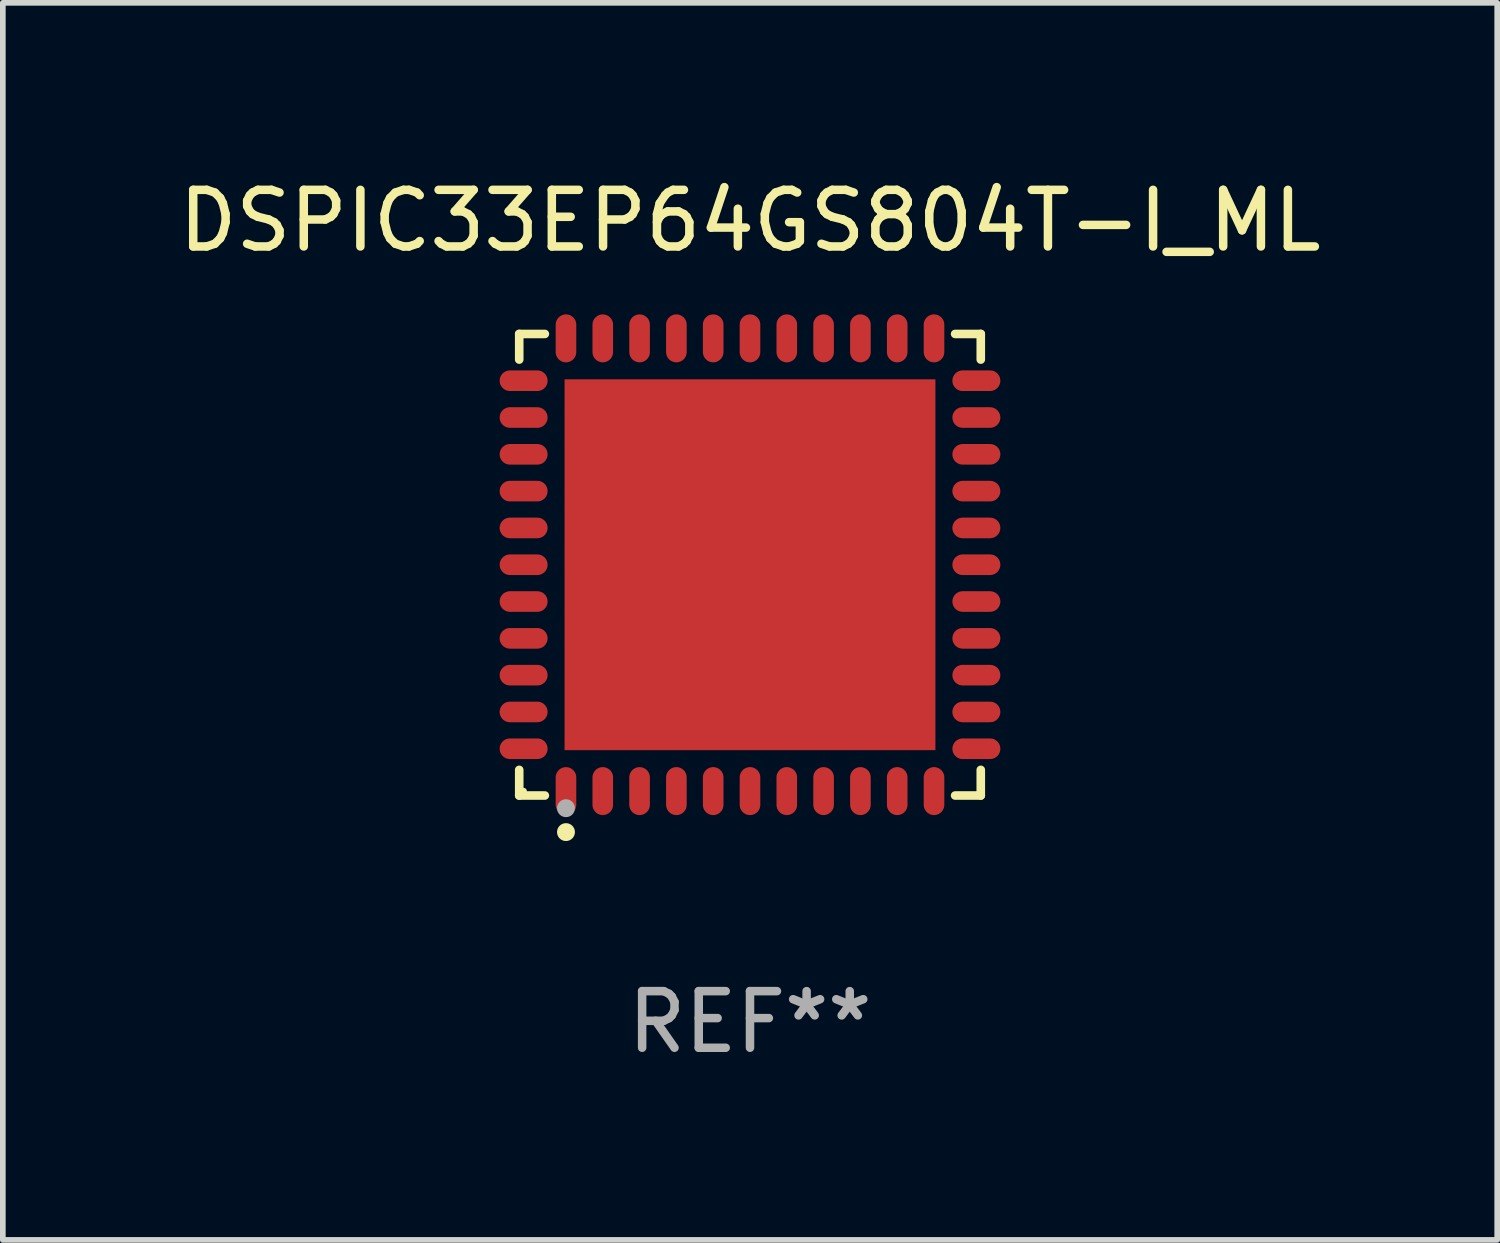
<source format=kicad_pcb>
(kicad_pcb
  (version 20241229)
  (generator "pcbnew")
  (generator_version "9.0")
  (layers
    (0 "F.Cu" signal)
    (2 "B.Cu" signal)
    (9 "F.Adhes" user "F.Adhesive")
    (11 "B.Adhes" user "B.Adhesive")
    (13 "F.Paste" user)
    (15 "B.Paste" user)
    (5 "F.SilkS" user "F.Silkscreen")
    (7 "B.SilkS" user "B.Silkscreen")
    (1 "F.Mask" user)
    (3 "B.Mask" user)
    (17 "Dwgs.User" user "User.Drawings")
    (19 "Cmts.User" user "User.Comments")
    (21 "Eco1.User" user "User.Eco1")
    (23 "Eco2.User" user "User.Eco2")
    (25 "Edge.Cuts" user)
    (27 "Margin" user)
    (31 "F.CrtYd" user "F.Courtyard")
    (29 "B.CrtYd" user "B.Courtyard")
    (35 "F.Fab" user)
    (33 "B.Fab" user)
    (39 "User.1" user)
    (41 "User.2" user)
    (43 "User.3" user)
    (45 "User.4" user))
  (footprint "DSPIC33EP64GS804T-I_ML"
    (layer "F.Cu")
    (at 10.196 6.924)
    (property "Reference" "DSPIC33EP64GS804T-I_ML" (at 0 -6.076 0) (layer "F.SilkS") (effects (font (size 1 1) (thickness 0.15))))
    (attr through_hole)
    (fp_line (start -4.076 -4.076) (end -3.623 -4.076) (stroke (width 0.152) (type solid)) (layer "F.SilkS"))
    (fp_line (start -4.076 -3.623) (end -4.076 -4.076) (stroke (width 0.152) (type solid)) (layer "F.SilkS"))
    (fp_line (start -4.076 3.623) (end -4.076 4.076) (stroke (width 0.152) (type solid)) (layer "F.SilkS"))
    (fp_line (start -4.076 4.076) (end -3.623 4.076) (stroke (width 0.152) (type solid)) (layer "F.SilkS"))
    (fp_line (start 4.076 -4.076) (end 3.623 -4.076) (stroke (width 0.152) (type solid)) (layer "F.SilkS"))
    (fp_line (start 4.076 -3.623) (end 4.076 -4.076) (stroke (width 0.152) (type solid)) (layer "F.SilkS"))
    (fp_line (start 4.076 3.623) (end 4.076 4.076) (stroke (width 0.152) (type solid)) (layer "F.SilkS"))
    (fp_line (start 4.076 4.076) (end 3.623 4.076) (stroke (width 0.152) (type solid)) (layer "F.SilkS"))
    (fp_circle (center -4 4) (end -3.97 4) (stroke (width 0.06) (type solid)) (fill no) (layer "F.SilkS"))
    (fp_circle (center -3.25 4.722) (end -3.171 4.722) (stroke (width 0.158) (type solid)) (fill no) (layer "F.SilkS"))
    (fp_circle (center -3.25 4.3) (end -3.171 4.3) (stroke (width 0.158) (type solid)) (fill no) (layer "F.Fab"))
    (fp_text user "REF**" (at 0 8.076 0) (layer "F.Fab") (effects (font (size 1 1) (thickness 0.15))))
    (pad "1" smd oval (at -3.25 3.998) (size 0.364 0.847) (layers "F.Cu" "F.Mask" "F.Paste"))
    (pad "2" smd oval (at -2.6 3.998) (size 0.364 0.847) (layers "F.Cu" "F.Mask" "F.Paste"))
    (pad "3" smd oval (at -1.95 3.998) (size 0.364 0.847) (layers "F.Cu" "F.Mask" "F.Paste"))
    (pad "4" smd oval (at -1.3 3.998) (size 0.364 0.847) (layers "F.Cu" "F.Mask" "F.Paste"))
    (pad "5" smd oval (at -0.65 3.998) (size 0.364 0.847) (layers "F.Cu" "F.Mask" "F.Paste"))
    (pad "6" smd oval (at 0 3.998) (size 0.364 0.847) (layers "F.Cu" "F.Mask" "F.Paste"))
    (pad "7" smd oval (at 0.65 3.998) (size 0.364 0.847) (layers "F.Cu" "F.Mask" "F.Paste"))
    (pad "8" smd oval (at 1.3 3.998) (size 0.364 0.847) (layers "F.Cu" "F.Mask" "F.Paste"))
    (pad "9" smd oval (at 1.95 3.998) (size 0.364 0.847) (layers "F.Cu" "F.Mask" "F.Paste"))
    (pad "10" smd oval (at 2.6 3.998) (size 0.364 0.847) (layers "F.Cu" "F.Mask" "F.Paste"))
    (pad "11" smd oval (at 3.25 3.998) (size 0.364 0.847) (layers "F.Cu" "F.Mask" "F.Paste"))
    (pad "12" smd oval (at 3.998 3.25) (size 0.847 0.364) (layers "F.Cu" "F.Mask" "F.Paste"))
    (pad "13" smd oval (at 3.998 2.6) (size 0.847 0.364) (layers "F.Cu" "F.Mask" "F.Paste"))
    (pad "14" smd oval (at 3.998 1.95) (size 0.847 0.364) (layers "F.Cu" "F.Mask" "F.Paste"))
    (pad "15" smd oval (at 3.998 1.3) (size 0.847 0.364) (layers "F.Cu" "F.Mask" "F.Paste"))
    (pad "16" smd oval (at 3.998 0.65) (size 0.847 0.364) (layers "F.Cu" "F.Mask" "F.Paste"))
    (pad "17" smd oval (at 3.998 0) (size 0.847 0.364) (layers "F.Cu" "F.Mask" "F.Paste"))
    (pad "18" smd oval (at 3.998 -0.65) (size 0.847 0.364) (layers "F.Cu" "F.Mask" "F.Paste"))
    (pad "19" smd oval (at 3.998 -1.3) (size 0.847 0.364) (layers "F.Cu" "F.Mask" "F.Paste"))
    (pad "20" smd oval (at 3.998 -1.95) (size 0.847 0.364) (layers "F.Cu" "F.Mask" "F.Paste"))
    (pad "21" smd oval (at 3.998 -2.6) (size 0.847 0.364) (layers "F.Cu" "F.Mask" "F.Paste"))
    (pad "22" smd oval (at 3.998 -3.25) (size 0.847 0.364) (layers "F.Cu" "F.Mask" "F.Paste"))
    (pad "23" smd oval (at 3.25 -3.998) (size 0.364 0.847) (layers "F.Cu" "F.Mask" "F.Paste"))
    (pad "24" smd oval (at 2.6 -3.998) (size 0.364 0.847) (layers "F.Cu" "F.Mask" "F.Paste"))
    (pad "25" smd oval (at 1.95 -3.998) (size 0.364 0.847) (layers "F.Cu" "F.Mask" "F.Paste"))
    (pad "26" smd oval (at 1.3 -3.998) (size 0.364 0.847) (layers "F.Cu" "F.Mask" "F.Paste"))
    (pad "27" smd oval (at 0.65 -3.998) (size 0.364 0.847) (layers "F.Cu" "F.Mask" "F.Paste"))
    (pad "28" smd oval (at 0 -3.998) (size 0.364 0.847) (layers "F.Cu" "F.Mask" "F.Paste"))
    (pad "29" smd oval (at -0.65 -3.998) (size 0.364 0.847) (layers "F.Cu" "F.Mask" "F.Paste"))
    (pad "30" smd oval (at -1.3 -3.998) (size 0.364 0.847) (layers "F.Cu" "F.Mask" "F.Paste"))
    (pad "31" smd oval (at -1.95 -3.998) (size 0.364 0.847) (layers "F.Cu" "F.Mask" "F.Paste"))
    (pad "32" smd oval (at -2.6 -3.998) (size 0.364 0.847) (layers "F.Cu" "F.Mask" "F.Paste"))
    (pad "33" smd oval (at -3.25 -3.998) (size 0.364 0.847) (layers "F.Cu" "F.Mask" "F.Paste"))
    (pad "34" smd oval (at -3.998 -3.25) (size 0.847 0.364) (layers "F.Cu" "F.Mask" "F.Paste"))
    (pad "35" smd oval (at -3.998 -2.6) (size 0.847 0.364) (layers "F.Cu" "F.Mask" "F.Paste"))
    (pad "36" smd oval (at -3.998 -1.95) (size 0.847 0.364) (layers "F.Cu" "F.Mask" "F.Paste"))
    (pad "37" smd oval (at -3.998 -1.3) (size 0.847 0.364) (layers "F.Cu" "F.Mask" "F.Paste"))
    (pad "38" smd oval (at -3.998 -0.65) (size 0.847 0.364) (layers "F.Cu" "F.Mask" "F.Paste"))
    (pad "39" smd oval (at -3.998 0) (size 0.847 0.364) (layers "F.Cu" "F.Mask" "F.Paste"))
    (pad "40" smd oval (at -3.998 0.65) (size 0.847 0.364) (layers "F.Cu" "F.Mask" "F.Paste"))
    (pad "41" smd oval (at -3.998 1.3) (size 0.847 0.364) (layers "F.Cu" "F.Mask" "F.Paste"))
    (pad "42" smd oval (at -3.998 1.95) (size 0.847 0.364) (layers "F.Cu" "F.Mask" "F.Paste"))
    (pad "43" smd oval (at -3.998 2.6) (size 0.847 0.364) (layers "F.Cu" "F.Mask" "F.Paste"))
    (pad "44" smd oval (at -3.998 3.25) (size 0.847 0.364) (layers "F.Cu" "F.Mask" "F.Paste"))
    (pad "45" smd rect (at 0 0) (size 6.55 6.55) (layers "F.Cu" "F.Mask" "F.Paste")))
  (gr_rect
    (start -3 -3)
    (end 23.393 18.849)
    (stroke (width 0.1) (type default))
    (fill no)
    (layer "Edge.Cuts")))
</source>
